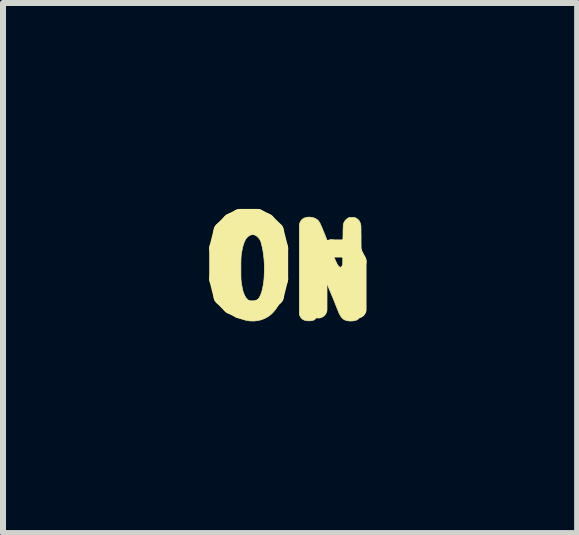
<source format=kicad_pcb>
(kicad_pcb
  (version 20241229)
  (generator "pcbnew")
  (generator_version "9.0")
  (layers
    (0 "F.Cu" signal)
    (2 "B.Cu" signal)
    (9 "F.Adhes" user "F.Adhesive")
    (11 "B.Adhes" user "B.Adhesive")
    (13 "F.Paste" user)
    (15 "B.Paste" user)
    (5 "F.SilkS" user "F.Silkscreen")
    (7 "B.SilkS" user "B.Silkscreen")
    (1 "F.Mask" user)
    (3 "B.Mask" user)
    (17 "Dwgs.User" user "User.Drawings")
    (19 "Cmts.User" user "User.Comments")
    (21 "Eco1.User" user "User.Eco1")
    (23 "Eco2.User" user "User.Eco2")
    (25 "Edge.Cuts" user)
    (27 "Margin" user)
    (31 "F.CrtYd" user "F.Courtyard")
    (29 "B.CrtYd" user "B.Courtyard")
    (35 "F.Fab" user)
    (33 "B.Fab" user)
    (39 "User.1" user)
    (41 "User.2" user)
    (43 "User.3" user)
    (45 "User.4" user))
  (footprint "On"
    (layer "F.Cu")
    (at 1.785 1.418)
    (property "Reference" "On" (at 0 0 0) (layer "F.SilkS") (effects (font (size 1.524 1.524) (thickness 0.3))))
    (attr through_hole)
    (fp_poly (pts (xy -0.526 -0.872) (xy -0.465 -0.856) (xy -0.462 -0.855) (xy -0.406 -0.832) (xy -0.354 -0.802) (xy -0.307 -0.764) (xy -0.263 -0.72) (xy -0.224 -0.668) (xy -0.189 -0.61) (xy -0.159 -0.545) (xy -0.133 -0.474) (xy -0.119 -0.425) (xy -0.1 -0.336) (xy -0.085 -0.24) (xy -0.076 -0.139) (xy -0.071 -0.033) (xy -0.071 -0.002) (xy -0.075 0.112) (xy -0.085 0.223) (xy -0.101 0.33) (xy -0.125 0.432) (xy -0.143 0.493) (xy -0.168 0.563) (xy -0.199 0.626) (xy -0.235 0.682) (xy -0.275 0.732) (xy -0.32 0.776) (xy -0.369 0.812) (xy -0.422 0.841) (xy -0.479 0.863) (xy -0.539 0.877) (xy -0.602 0.884) (xy -0.668 0.882) (xy -0.675 0.882) (xy -0.687 0.88) (xy -0.704 0.877) (xy -0.724 0.874) (xy -0.733 0.872) (xy -0.791 0.856) (xy -0.844 0.834) (xy -0.893 0.805) (xy -0.938 0.769) (xy -0.979 0.726) (xy -1.016 0.676) (xy -1.051 0.619) (xy -1.082 0.553) (xy -1.1 0.508) (xy -1.113 0.472) (xy -1.123 0.441) (xy -1.132 0.411) (xy -1.139 0.38) (xy -1.146 0.345) (xy -1.149 0.328) (xy -1.159 0.269) (xy -1.167 0.206) (xy -1.173 0.142) (xy -1.177 0.079) (xy -1.179 0.018) (xy -1.179 -0.006) (xy -0.819 -0.006) (xy -0.819 0.008) (xy -0.819 0.054) (xy -0.819 0.092) (xy -0.819 0.123) (xy -0.818 0.15) (xy -0.818 0.171) (xy -0.817 0.19) (xy -0.816 0.206) (xy -0.814 0.222) (xy -0.812 0.237) (xy -0.81 0.252) (xy -0.81 0.256) (xy -0.8 0.313) (xy -0.79 0.362) (xy -0.778 0.404) (xy -0.764 0.44) (xy -0.749 0.471) (xy -0.732 0.498) (xy -0.711 0.521) (xy -0.711 0.521) (xy -0.684 0.544) (xy -0.657 0.559) (xy -0.629 0.566) (xy -0.602 0.564) (xy -0.575 0.554) (xy -0.55 0.537) (xy -0.527 0.513) (xy -0.506 0.481) (xy -0.488 0.442) (xy -0.472 0.397) (xy -0.466 0.373) (xy -0.456 0.33) (xy -0.448 0.29) (xy -0.442 0.251) (xy -0.437 0.212) (xy -0.433 0.17) (xy -0.431 0.123) (xy -0.429 0.07) (xy -0.429 0.061) (xy -0.428 -0.014) (xy -0.43 -0.083) (xy -0.434 -0.148) (xy -0.441 -0.212) (xy -0.45 -0.277) (xy -0.463 -0.345) (xy -0.468 -0.365) (xy -0.476 -0.401) (xy -0.484 -0.43) (xy -0.493 -0.454) (xy -0.504 -0.475) (xy -0.516 -0.492) (xy -0.531 -0.509) (xy -0.533 -0.511) (xy -0.56 -0.535) (xy -0.587 -0.549) (xy -0.614 -0.556) (xy -0.642 -0.554) (xy -0.669 -0.545) (xy -0.695 -0.529) (xy -0.719 -0.506) (xy -0.741 -0.476) (xy -0.76 -0.439) (xy -0.776 -0.394) (xy -0.791 -0.341) (xy -0.803 -0.28) (xy -0.811 -0.231) (xy -0.813 -0.216) (xy -0.815 -0.201) (xy -0.816 -0.184) (xy -0.817 -0.166) (xy -0.818 -0.144) (xy -0.818 -0.118) (xy -0.819 -0.087) (xy -0.819 -0.05) (xy -0.819 -0.006) (xy -1.179 -0.006) (xy -1.179 -0.038) (xy -1.177 -0.072) (xy -1.168 -0.173) (xy -1.155 -0.266) (xy -1.138 -0.353) (xy -1.116 -0.433) (xy -1.09 -0.506) (xy -1.06 -0.573) (xy -1.025 -0.634) (xy -0.986 -0.69) (xy -0.968 -0.711) (xy -0.923 -0.758) (xy -0.874 -0.797) (xy -0.821 -0.829) (xy -0.766 -0.853) (xy -0.708 -0.87) (xy -0.649 -0.878) (xy -0.588 -0.879) (xy -0.526 -0.872)) (stroke (width 0.01) (type solid)) (fill yes) (layer "F.SilkS"))
    (fp_poly (pts (xy 0.366 -0.844) (xy 0.401 -0.835) (xy 0.433 -0.82) (xy 0.46 -0.801) (xy 0.463 -0.797) (xy 0.469 -0.791) (xy 0.474 -0.785) (xy 0.48 -0.778) (xy 0.485 -0.77) (xy 0.491 -0.761) (xy 0.498 -0.749) (xy 0.505 -0.734) (xy 0.513 -0.716) (xy 0.523 -0.695) (xy 0.534 -0.669) (xy 0.546 -0.639) (xy 0.561 -0.603) (xy 0.578 -0.562) (xy 0.597 -0.514) (xy 0.619 -0.46) (xy 0.644 -0.398) (xy 0.648 -0.387) (xy 0.673 -0.325) (xy 0.695 -0.271) (xy 0.715 -0.223) (xy 0.732 -0.182) (xy 0.748 -0.147) (xy 0.761 -0.118) (xy 0.773 -0.093) (xy 0.783 -0.072) (xy 0.792 -0.056) (xy 0.801 -0.043) (xy 0.808 -0.033) (xy 0.815 -0.026) (xy 0.816 -0.025) (xy 0.831 -0.015) (xy 0.843 -0.013) (xy 0.854 -0.019) (xy 0.865 -0.033) (xy 0.871 -0.045) (xy 0.872 -0.048) (xy 0.873 -0.053) (xy 0.875 -0.059) (xy 0.876 -0.067) (xy 0.876 -0.078) (xy 0.877 -0.092) (xy 0.878 -0.11) (xy 0.878 -0.132) (xy 0.879 -0.159) (xy 0.879 -0.192) (xy 0.88 -0.231) (xy 0.88 -0.277) (xy 0.88 -0.33) (xy 0.881 -0.387) (xy 0.881 -0.454) (xy 0.882 -0.513) (xy 0.883 -0.563) (xy 0.883 -0.607) (xy 0.884 -0.643) (xy 0.885 -0.673) (xy 0.886 -0.696) (xy 0.886 -0.714) (xy 0.887 -0.726) (xy 0.889 -0.732) (xy 0.889 -0.732) (xy 0.902 -0.766) (xy 0.922 -0.796) (xy 0.949 -0.821) (xy 0.97 -0.835) (xy 0.98 -0.839) (xy 0.99 -0.842) (xy 1.002 -0.844) (xy 1.019 -0.844) (xy 1.033 -0.845) (xy 1.053 -0.844) (xy 1.068 -0.844) (xy 1.078 -0.842) (xy 1.088 -0.838) (xy 1.1 -0.832) (xy 1.104 -0.83) (xy 1.131 -0.812) (xy 1.151 -0.79) (xy 1.166 -0.763) (xy 1.177 -0.731) (xy 1.181 -0.708) (xy 1.182 -0.7) (xy 1.182 -0.684) (xy 1.183 -0.66) (xy 1.183 -0.628) (xy 1.183 -0.589) (xy 1.184 -0.543) (xy 1.184 -0.49) (xy 1.184 -0.431) (xy 1.185 -0.366) (xy 1.185 -0.294) (xy 1.185 -0.217) (xy 1.185 -0.135) (xy 1.185 -0.047) (xy 1.185 0.026) (xy 1.185 0.119) (xy 1.185 0.203) (xy 1.185 0.28) (xy 1.185 0.35) (xy 1.185 0.413) (xy 1.185 0.469) (xy 1.185 0.519) (xy 1.185 0.564) (xy 1.184 0.603) (xy 1.184 0.637) (xy 1.183 0.667) (xy 1.183 0.692) (xy 1.182 0.714) (xy 1.181 0.732) (xy 1.18 0.747) (xy 1.179 0.76) (xy 1.178 0.771) (xy 1.177 0.779) (xy 1.175 0.787) (xy 1.173 0.793) (xy 1.171 0.799) (xy 1.169 0.804) (xy 1.167 0.809) (xy 1.154 0.831) (xy 1.136 0.85) (xy 1.114 0.865) (xy 1.113 0.866) (xy 1.088 0.875) (xy 1.057 0.881) (xy 1.022 0.884) (xy 0.986 0.883) (xy 0.963 0.88) (xy 0.934 0.874) (xy 0.909 0.864) (xy 0.886 0.85) (xy 0.866 0.831) (xy 0.846 0.806) (xy 0.828 0.775) (xy 0.81 0.737) (xy 0.794 0.698) (xy 0.774 0.648) (xy 0.754 0.597) (xy 0.733 0.545) (xy 0.712 0.493) (xy 0.691 0.442) (xy 0.67 0.393) (xy 0.65 0.345) (xy 0.631 0.3) (xy 0.613 0.259) (xy 0.597 0.222) (xy 0.582 0.19) (xy 0.57 0.164) (xy 0.56 0.144) (xy 0.553 0.131) (xy 0.552 0.129) (xy 0.541 0.113) (xy 0.527 0.098) (xy 0.514 0.087) (xy 0.503 0.081) (xy 0.5 0.08) (xy 0.49 0.085) (xy 0.48 0.096) (xy 0.472 0.115) (xy 0.468 0.131) (xy 0.466 0.139) (xy 0.465 0.149) (xy 0.464 0.161) (xy 0.462 0.176) (xy 0.461 0.194) (xy 0.46 0.215) (xy 0.459 0.242) (xy 0.458 0.273) (xy 0.458 0.309) (xy 0.457 0.352) (xy 0.456 0.401) (xy 0.455 0.457) (xy 0.454 0.52) (xy 0.453 0.561) (xy 0.452 0.614) (xy 0.451 0.66) (xy 0.451 0.698) (xy 0.45 0.731) (xy 0.449 0.757) (xy 0.447 0.779) (xy 0.445 0.796) (xy 0.443 0.809) (xy 0.44 0.82) (xy 0.437 0.829) (xy 0.433 0.836) (xy 0.428 0.842) (xy 0.422 0.848) (xy 0.419 0.851) (xy 0.404 0.863) (xy 0.386 0.872) (xy 0.363 0.878) (xy 0.335 0.88) (xy 0.315 0.881) (xy 0.276 0.878) (xy 0.243 0.871) (xy 0.216 0.859) (xy 0.194 0.842) (xy 0.176 0.819) (xy 0.168 0.805) (xy 0.155 0.777) (xy 0.155 -0.73) (xy 0.164 -0.755) (xy 0.18 -0.785) (xy 0.198 -0.808) (xy 0.222 -0.826) (xy 0.226 -0.828) (xy 0.258 -0.841) (xy 0.293 -0.848) (xy 0.329 -0.849) (xy 0.366 -0.844)) (stroke (width 0.01) (type solid)) (fill yes) (layer "F.SilkS")))
  (gr_rect
    (start -3 -3)
    (end 6.571 5.836)
    (stroke (width 0.1) (type default))
    (fill no)
    (layer "Edge.Cuts")))
</source>
